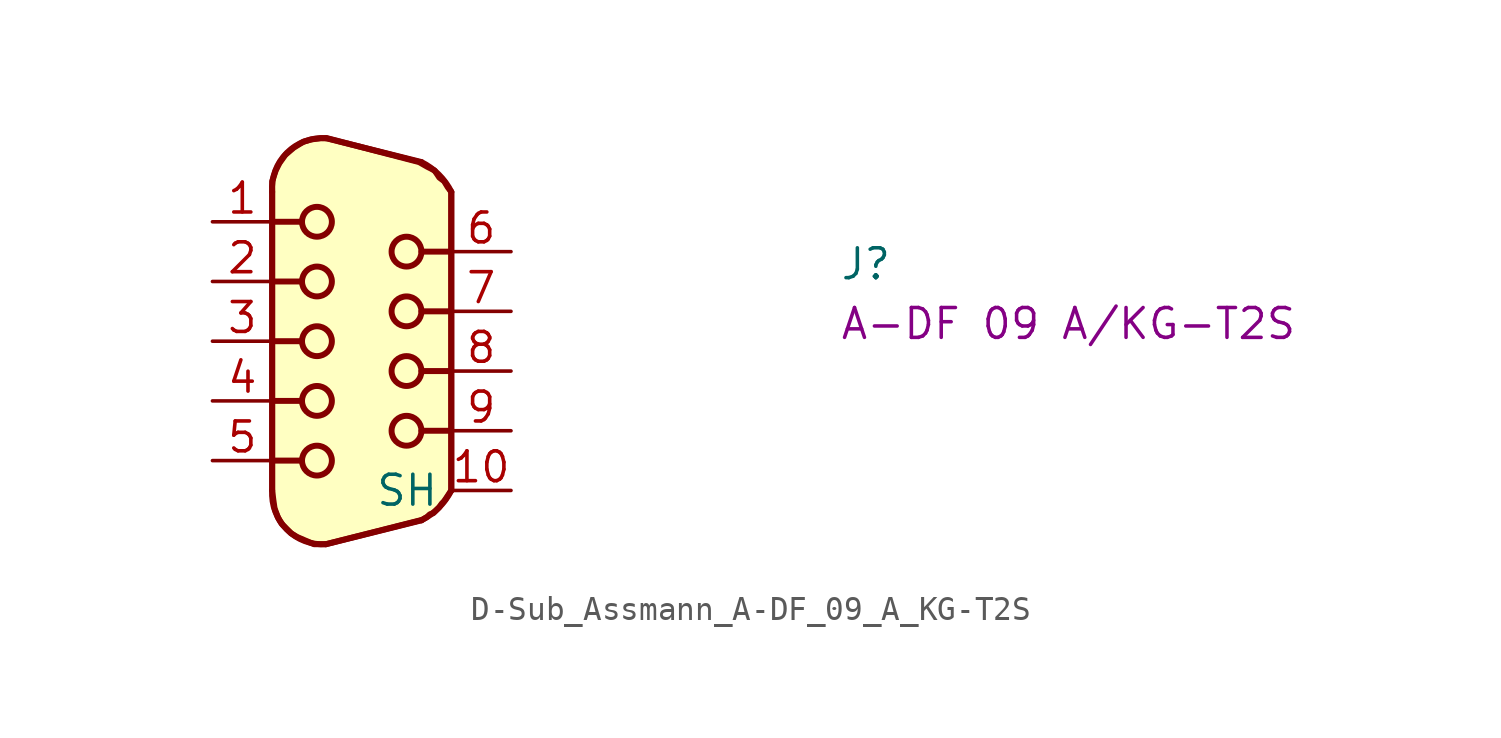
<source format=kicad_sym>
(kicad_symbol_lib
  (version 20220914)
  (generator kicad_symbol_editor)
  (symbol "D-Sub_Assmann_A-DF_09_A_KG-T2S"
    (property "Reference" "J"
      (at 26.67 -2.54 0)
      (effects (font (size 1.27 1.27) (thickness 0.15)) (justify left bottom)))
    (property "MPN" "A-DF 09 A/KG-T2S"
      (at 26.67 -5.08 0)
      (effects (font (size 1.27 1.27) (thickness 0.15)) (justify left bottom)))
    (symbol "D-Sub_Assmann_A-DF_09_A_KG-T2S_1_1"
      (polyline (pts (xy 2.54 -11.43) (xy 2.54 1.27)) (stroke (width 0.254) (type default)) (fill (type background)))
      (polyline (pts (xy 2.54 -10.16) (xy 3.81 -10.16)) (stroke (width 0.254) (type default)) (fill (type background)))
      (polyline (pts (xy 2.54 -7.62) (xy 3.81 -7.62)) (stroke (width 0.254) (type default)) (fill (type background)))
      (polyline (pts (xy 2.54 -5.08) (xy 3.81 -5.08)) (stroke (width 0.254) (type default)) (fill (type background)))
      (polyline (pts (xy 2.54 -2.54) (xy 3.81 -2.54)) (stroke (width 0.254) (type default)) (fill (type background)))
      (polyline (pts (xy 2.54 0) (xy 3.81 0)) (stroke (width 0.254) (type default)) (fill (type background)))
      (polyline (pts (xy 4.826 3.556) (xy 8.89 2.54)) (stroke (width 0.254) (type default)) (fill (type background)))
      (polyline (pts (xy 8.89 -12.7) (xy 4.826 -13.716)) (stroke (width 0.254) (type default)) (fill (type background)))
      (polyline (pts (xy 10.16 -11.43) (xy 10.16 1.27)) (stroke (width 0.254) (type default)) (fill (type background)))
      (polyline (pts (xy 10.16 -8.89) (xy 8.89 -8.89)) (stroke (width 0.254) (type default)) (fill (type background)))
      (polyline (pts (xy 10.16 -6.35) (xy 8.89 -6.35)) (stroke (width 0.254) (type default)) (fill (type background)))
      (polyline (pts (xy 10.16 -3.81) (xy 8.89 -3.81)) (stroke (width 0.254) (type default)) (fill (type background)))
      (polyline (pts (xy 10.16 -1.27) (xy 8.89 -1.27)) (stroke (width 0.254) (type default)) (fill (type background)))
      (polyline (pts (xy 8.89 -12.7) (xy 9.144 -12.548) (xy 9.246 -12.446) (xy 9.398 -12.395) (xy 9.55 -12.243) (xy 9.652 -12.141) (xy 9.754 -11.989) (xy 9.855 -11.887) (xy 9.957 -11.735) (xy 10.058 -11.582) (xy 10.16 -11.43) (xy 10.16 1.27) (xy 10.008 1.473) (xy 9.855 1.727) (xy 9.652 1.88) (xy 9.449 2.184) (xy 9.144 2.337) (xy 8.788 2.54) (xy 4.877 3.556) (xy 4.623 3.556) (xy 4.216 3.505) (xy 3.861 3.404) (xy 3.454 3.15) (xy 3.099 2.845) (xy 2.845 2.489) (xy 2.692 2.184) (xy 2.54 1.727) (xy 2.54 1.27) (xy 2.54 -11.43) (xy 2.591 -11.836) (xy 2.642 -12.192) (xy 2.794 -12.598) (xy 2.946 -12.852) (xy 3.15 -13.056) (xy 3.353 -13.259) (xy 3.607 -13.411) (xy 3.962 -13.564) (xy 4.318 -13.716) (xy 4.572 -13.716) (xy 4.826 -13.716) (xy 8.839 -12.7)) (stroke (width 0.254) (type default)) (fill (type background)))
      (arc (start 2.54 -11.43) (mid 3.1646 -13.0914) (end 4.826 -13.716) (stroke (width 0.254) (type default)) (fill (type background)))
      (circle (center 4.445 -10.16) (radius 0.635) (stroke (width 0.254) (type default)) (fill (type background)))
      (circle (center 4.445 -7.62) (radius 0.635) (stroke (width 0.254) (type default)) (fill (type background)))
      (circle (center 4.445 -5.08) (radius 0.635) (stroke (width 0.254) (type default)) (fill (type background)))
      (circle (center 4.445 -2.54) (radius 0.635) (stroke (width 0.254) (type default)) (fill (type background)))
      (circle (center 4.445 0) (radius 0.635) (stroke (width 0.254) (type default)) (fill (type background)))
      (arc (start 4.826 3.556) (mid 3.1646 2.9314) (end 2.54 1.27) (stroke (width 0.254) (type default)) (fill (type background)))
      (circle (center 8.255 -8.89) (radius 0.635) (stroke (width 0.254) (type default)) (fill (type background)))
      (circle (center 8.255 -6.35) (radius 0.635) (stroke (width 0.254) (type default)) (fill (type background)))
      (circle (center 8.255 -3.81) (radius 0.635) (stroke (width 0.254) (type default)) (fill (type background)))
      (circle (center 8.255 -1.27) (radius 0.635) (stroke (width 0.254) (type default)) (fill (type background)))
      (arc (start 8.89 -12.7) (mid 9.628 -12.168) (end 10.16 -11.43) (stroke (width 0.254) (type default)) (fill (type background)))
      (arc (start 10.16 1.27) (mid 9.628 2.008) (end 8.89 2.54) (stroke (width 0.254) (type default)) (fill (type background)))
      (pin passive line (at 0 0 0) (length 2.54) (name "~" (effects (font (size 1.27 1.27)))) (number "1" (effects (font (size 1.27 1.27)))))
      (pin passive line (at 12.7 -11.43 180) (length 2.54) (name "SH" (effects (font (size 1.27 1.27)))) (number "10" (effects (font (size 1.27 1.27)))))
      (pin passive line (at 0 -2.54 0) (length 2.54) (name "~" (effects (font (size 1.27 1.27)))) (number "2" (effects (font (size 1.27 1.27)))))
      (pin passive line (at 0 -5.08 0) (length 2.54) (name "~" (effects (font (size 1.27 1.27)))) (number "3" (effects (font (size 1.27 1.27)))))
      (pin passive line (at 0 -7.62 0) (length 2.54) (name "~" (effects (font (size 1.27 1.27)))) (number "4" (effects (font (size 1.27 1.27)))))
      (pin passive line (at 0 -10.16 0) (length 2.54) (name "~" (effects (font (size 1.27 1.27)))) (number "5" (effects (font (size 1.27 1.27)))))
      (pin passive line (at 12.7 -1.27 180) (length 2.54) (name "~" (effects (font (size 1.27 1.27)))) (number "6" (effects (font (size 1.27 1.27)))))
      (pin passive line (at 12.7 -3.81 180) (length 2.54) (name "~" (effects (font (size 1.27 1.27)))) (number "7" (effects (font (size 1.27 1.27)))))
      (pin passive line (at 12.7 -6.35 180) (length 2.54) (name "~" (effects (font (size 1.27 1.27)))) (number "8" (effects (font (size 1.27 1.27)))))
      (pin passive line (at 12.7 -8.89 180) (length 2.54) (name "~" (effects (font (size 1.27 1.27)))) (number "9" (effects (font (size 1.27 1.27))))))))
</source>
